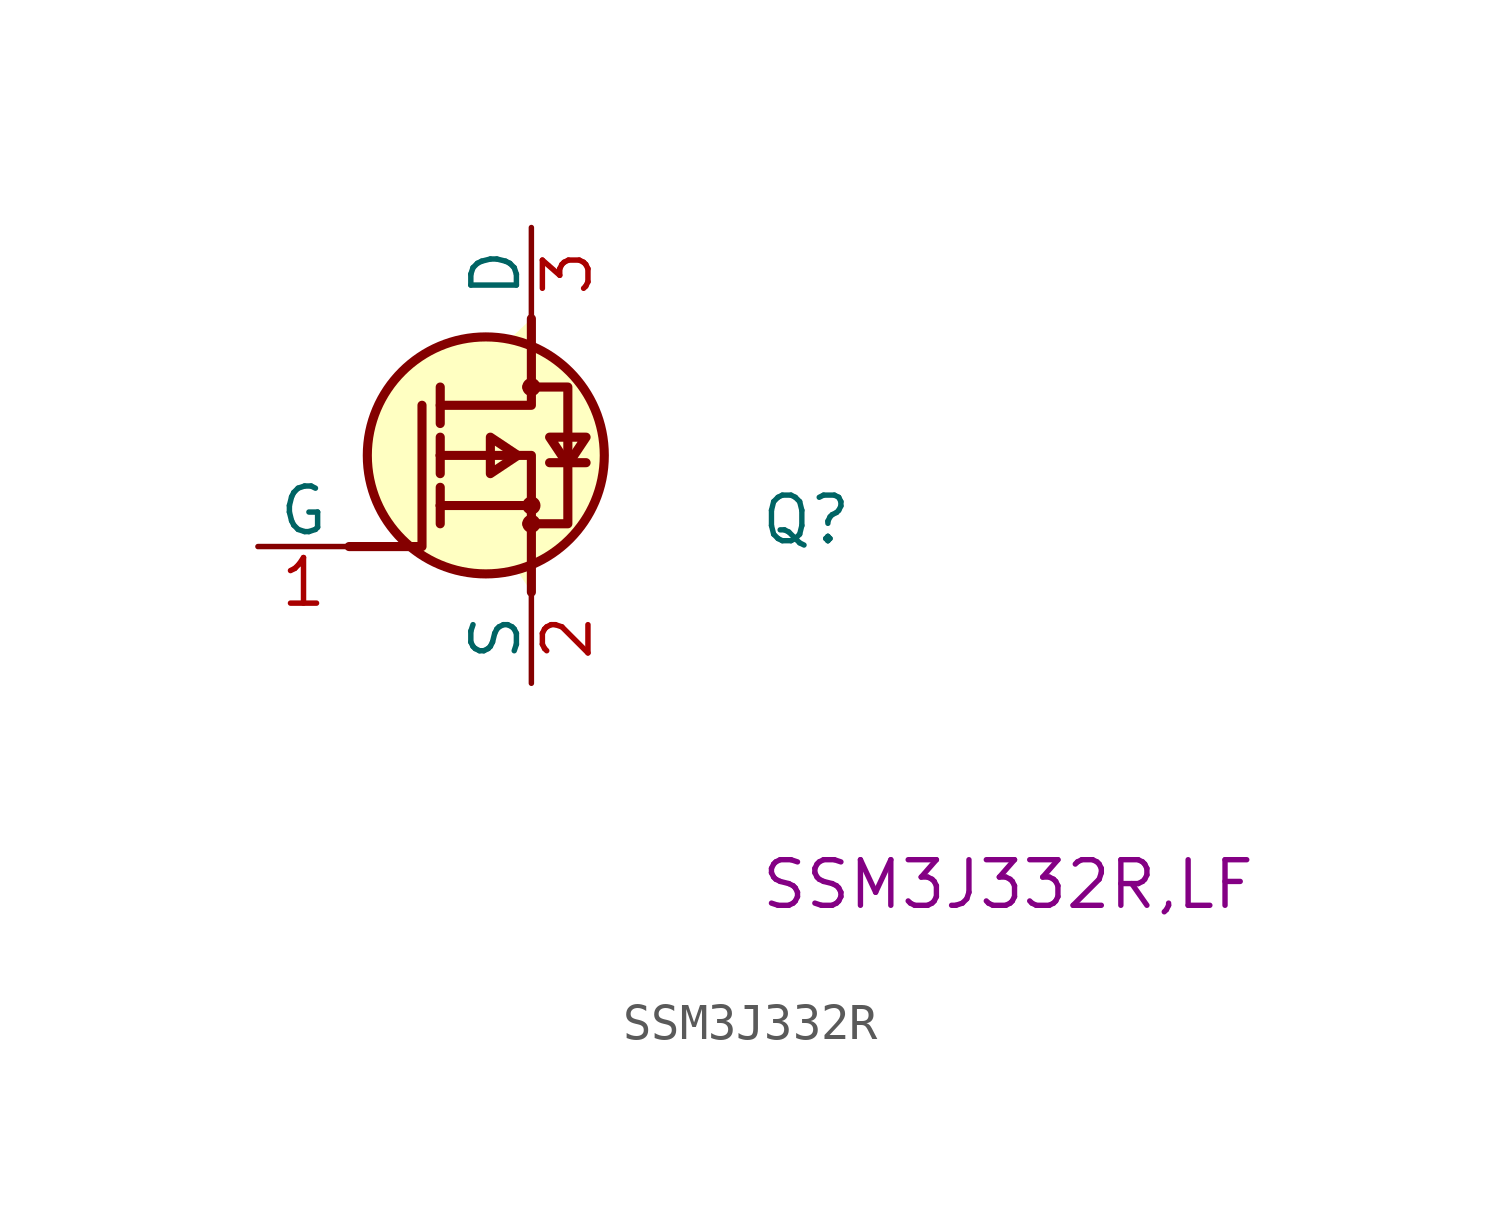
<source format=kicad_sym>
(kicad_symbol_lib
  (version 20220914)
  (generator kicad_symbol_editor)
  (symbol "SSM3J332R"
    (pin_names
      (offset 0))
    (property "Reference" "Q"
      (at 13.97 0 0)
      (effects (font (size 1.27 1.27) (thickness 0.15)) (justify left bottom)))
    (property "MPN" "SSM3J332R,LF"
      (at 13.97 -10.16 0)
      (effects (font (size 1.27 1.27) (thickness 0.15)) (justify left bottom)))
    (symbol "SSM3J332R_1_1"
      (polyline (pts (xy 5.08 1.143) (xy 5.08 0.635)) (stroke (width 0.254) (type default)) (fill (type background)))
      (polyline (pts (xy 5.08 1.143) (xy 5.08 1.651)) (stroke (width 0.254) (type default)) (fill (type background)))
      (polyline (pts (xy 5.08 2.54) (xy 5.08 2.032)) (stroke (width 0.254) (type default)) (fill (type background)))
      (polyline (pts (xy 5.08 2.54) (xy 5.08 3.048)) (stroke (width 0.254) (type default)) (fill (type background)))
      (polyline (pts (xy 5.08 4.445) (xy 5.08 3.429)) (stroke (width 0.254) (type default)) (fill (type background)))
      (polyline (pts (xy 7.62 1.143) (xy 5.08 1.143)) (stroke (width 0.254) (type default)) (fill (type background)))
      (polyline (pts (xy 9.144 2.337) (xy 8.128 2.337)) (stroke (width 0.254) (type default)) (fill (type background)))
      (polyline (pts (xy 2.54 0) (xy 4.572 0) (xy 4.572 3.937)) (stroke (width 0.254) (type default)) (fill (type none)))
      (polyline (pts (xy 7.62 -1.27) (xy 7.62 2.54) (xy 5.08 2.54)) (stroke (width 0.254) (type default)) (fill (type background)))
      (polyline (pts (xy 7.62 6.35) (xy 7.62 3.937) (xy 5.08 3.937)) (stroke (width 0.254) (type default)) (fill (type background)))
      (polyline (pts (xy 7.239 2.54) (xy 6.477 3.048) (xy 6.477 2.032) (xy 7.239 2.54)) (stroke (width 0.254) (type default)) (fill (type background)))
      (polyline (pts (xy 8.636 2.286) (xy 9.144 3.048) (xy 8.128 3.048) (xy 8.636 2.286)) (stroke (width 0.254) (type default)) (fill (type background)))
      (polyline (pts (xy 7.493 0.635) (xy 8.636 0.635) (xy 8.636 3.937) (xy 8.636 4.445) (xy 7.493 4.445)) (stroke (width 0.254) (type default)) (fill (type background)))
      (circle (center 6.35 2.54) (radius 3.302) (stroke (width 0.254) (type default)) (fill (type background)))
      (circle (center 7.62 0.635) (radius 0.127) (stroke (width 0.254) (type default)) (fill (type background)))
      (circle (center 7.62 1.143) (radius 0.127) (stroke (width 0.254) (type default)) (fill (type background)))
      (circle (center 7.62 4.445) (radius 0.127) (stroke (width 0.254) (type default)) (fill (type background)))
      (pin bidirectional line (at 0 0 0) (length 2.54) (name "G" (effects (font (size 1.27 1.27)))) (number "1" (effects (font (size 1.27 1.27)))))
      (pin bidirectional line (at 7.62 -3.81 90) (length 2.54) (name "S" (effects (font (size 1.27 1.27)))) (number "2" (effects (font (size 1.27 1.27)))))
      (pin bidirectional line (at 7.62 8.89 270) (length 2.54) (name "D" (effects (font (size 1.27 1.27)))) (number "3" (effects (font (size 1.27 1.27))))))))
</source>
